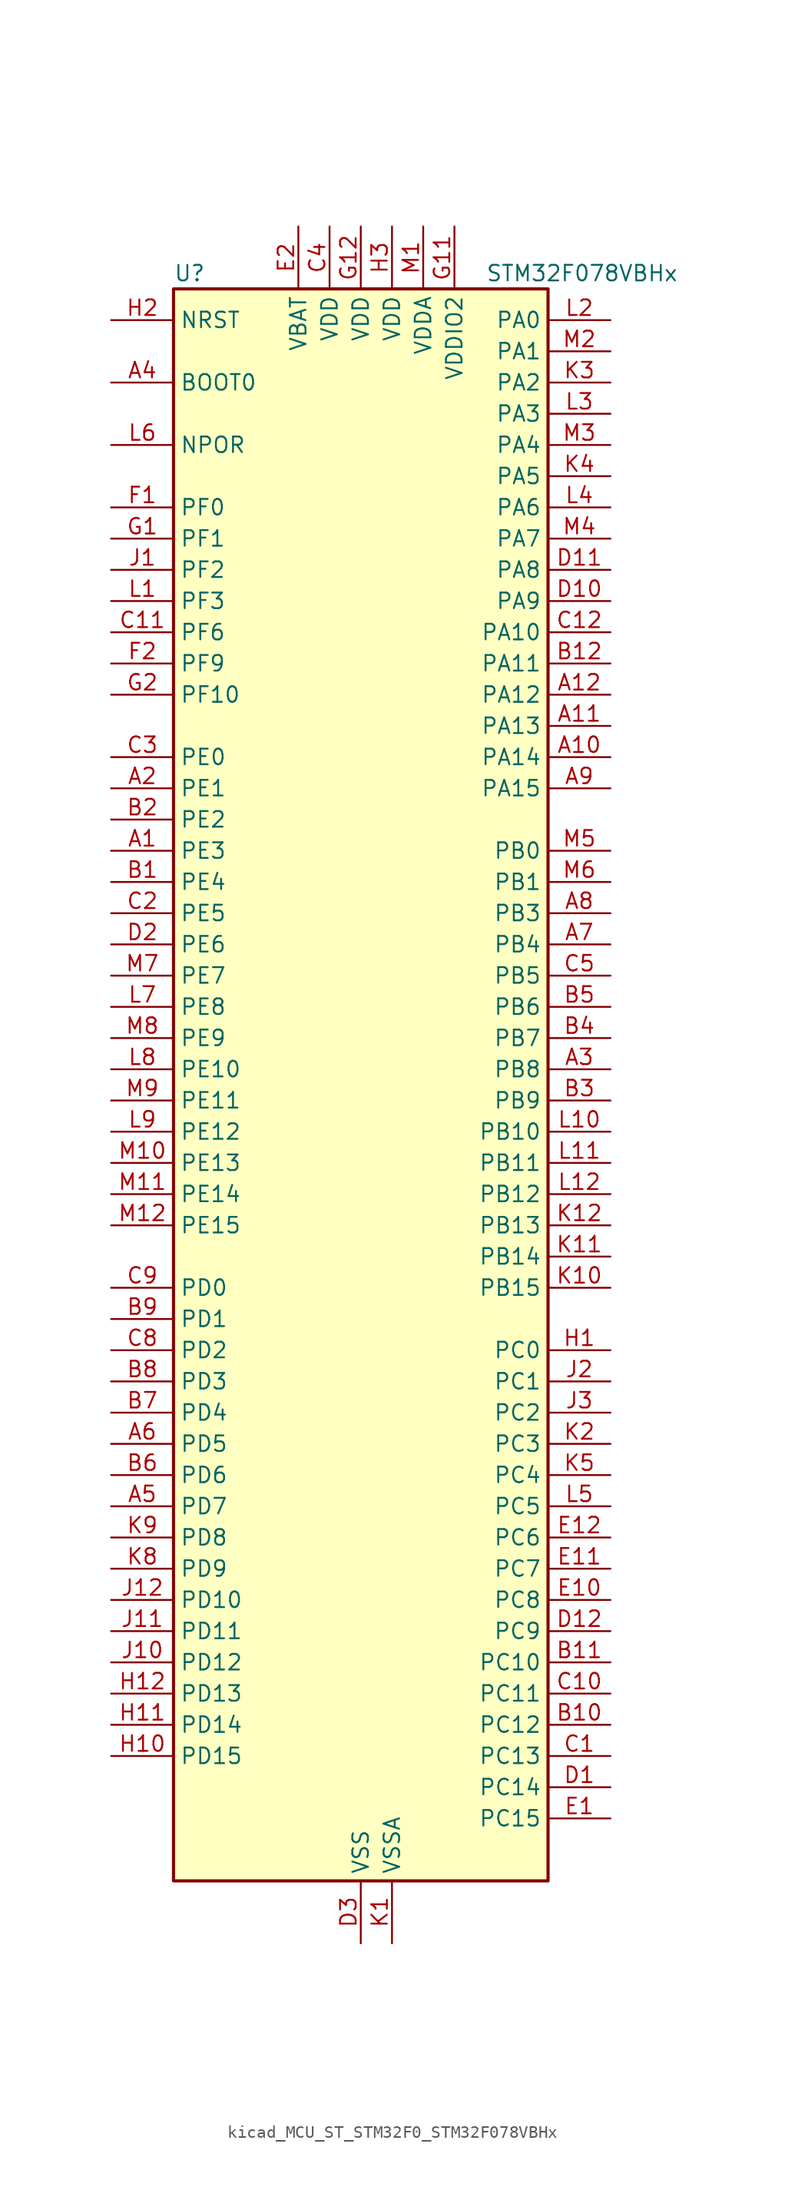
<source format=kicad_sym>
(kicad_symbol_lib
  (version 20220914)
  (generator kicad_symbol_editor)
  (symbol "kicad_MCU_ST_STM32F0_STM32F078VBHx"
    (property "Reference" "U"
      (at -15.24 67.31 0)
      (effects (font (size 1.27 1.27)) (justify left)))
    (property "Value" "STM32F078VBHx"
      (at 10.16 67.31 0)
      (effects (font (size 1.27 1.27)) (justify left)))
    (property "ki_locked" ""
      (at 0 0 0)
      (effects (font (size 1.27 1.27))))
    (symbol "kicad_MCU_ST_STM32F0_STM32F078VBHx_0_1"
      (rectangle (start -15.24 -63.5) (end 15.24 66.04) (stroke (width 0.254) (type default)) (fill (type background))))
    (symbol "kicad_MCU_ST_STM32F0_STM32F078VBHx_1_1"
      (pin bidirectional line (at -20.32 20.32 0) (length 5.08) (name "PE3" (effects (font (size 1.27 1.27)))) (number "A1" (effects (font (size 1.27 1.27)))) (alternate "TIM3_CH1" bidirectional line) (alternate "TSC_G7_IO2" bidirectional line))
      (pin bidirectional line (at 20.32 27.94 180) (length 5.08) (name "PA14" (effects (font (size 1.27 1.27)))) (number "A10" (effects (font (size 1.27 1.27)))) (alternate "SYS_SWCLK" bidirectional line) (alternate "USART2_TX" bidirectional line))
      (pin bidirectional line (at 20.32 30.48 180) (length 5.08) (name "PA13" (effects (font (size 1.27 1.27)))) (number "A11" (effects (font (size 1.27 1.27)))) (alternate "IR_OUT" bidirectional line) (alternate "SYS_SWDIO" bidirectional line) (alternate "USB_NOE" bidirectional line))
      (pin bidirectional line (at 20.32 33.02 180) (length 5.08) (name "PA12" (effects (font (size 1.27 1.27)))) (number "A12" (effects (font (size 1.27 1.27)))) (alternate "COMP2_OUT" bidirectional line) (alternate "TIM1_ETR" bidirectional line) (alternate "TSC_G4_IO4" bidirectional line) (alternate "USART1_DE" bidirectional line) (alternate "USART1_RTS" bidirectional line) (alternate "USB_DP" bidirectional line))
      (pin bidirectional line (at -20.32 25.4 0) (length 5.08) (name "PE1" (effects (font (size 1.27 1.27)))) (number "A2" (effects (font (size 1.27 1.27)))) (alternate "TIM17_CH1" bidirectional line))
      (pin bidirectional line (at 20.32 2.54 180) (length 5.08) (name "PB8" (effects (font (size 1.27 1.27)))) (number "A3" (effects (font (size 1.27 1.27)))) (alternate "CEC" bidirectional line) (alternate "I2C1_SCL" bidirectional line) (alternate "TIM16_CH1" bidirectional line) (alternate "TSC_SYNC" bidirectional line))
      (pin input line (at -20.32 58.42 0) (length 5.08) (name "BOOT0" (effects (font (size 1.27 1.27)))) (number "A4" (effects (font (size 1.27 1.27)))))
      (pin bidirectional line (at -20.32 -33.02 0) (length 5.08) (name "PD7" (effects (font (size 1.27 1.27)))) (number "A5" (effects (font (size 1.27 1.27)))) (alternate "USART2_CK" bidirectional line))
      (pin bidirectional line (at -20.32 -27.94 0) (length 5.08) (name "PD5" (effects (font (size 1.27 1.27)))) (number "A6" (effects (font (size 1.27 1.27)))) (alternate "USART2_TX" bidirectional line))
      (pin bidirectional line (at 20.32 12.7 180) (length 5.08) (name "PB4" (effects (font (size 1.27 1.27)))) (number "A7" (effects (font (size 1.27 1.27)))) (alternate "I2S1_MCK" bidirectional line) (alternate "SPI1_MISO" bidirectional line) (alternate "TIM17_BKIN" bidirectional line) (alternate "TIM3_CH1" bidirectional line) (alternate "TSC_G5_IO2" bidirectional line))
      (pin bidirectional line (at 20.32 15.24 180) (length 5.08) (name "PB3" (effects (font (size 1.27 1.27)))) (number "A8" (effects (font (size 1.27 1.27)))) (alternate "I2S1_CK" bidirectional line) (alternate "SPI1_SCK" bidirectional line) (alternate "TIM2_CH2" bidirectional line) (alternate "TSC_G5_IO1" bidirectional line))
      (pin bidirectional line (at 20.32 25.4 180) (length 5.08) (name "PA15" (effects (font (size 1.27 1.27)))) (number "A9" (effects (font (size 1.27 1.27)))) (alternate "I2S1_WS" bidirectional line) (alternate "SPI1_NSS" bidirectional line) (alternate "TIM2_CH1" bidirectional line) (alternate "TIM2_ETR" bidirectional line) (alternate "USART2_RX" bidirectional line) (alternate "USART4_DE" bidirectional line) (alternate "USART4_RTS" bidirectional line))
      (pin bidirectional line (at -20.32 17.78 0) (length 5.08) (name "PE4" (effects (font (size 1.27 1.27)))) (number "B1" (effects (font (size 1.27 1.27)))) (alternate "TIM3_CH2" bidirectional line) (alternate "TSC_G7_IO3" bidirectional line))
      (pin bidirectional line (at 20.32 -50.8 180) (length 5.08) (name "PC12" (effects (font (size 1.27 1.27)))) (number "B10" (effects (font (size 1.27 1.27)))) (alternate "USART3_CK" bidirectional line) (alternate "USART4_CK" bidirectional line))
      (pin bidirectional line (at 20.32 -45.72 180) (length 5.08) (name "PC10" (effects (font (size 1.27 1.27)))) (number "B11" (effects (font (size 1.27 1.27)))) (alternate "USART3_TX" bidirectional line) (alternate "USART4_TX" bidirectional line))
      (pin bidirectional line (at 20.32 35.56 180) (length 5.08) (name "PA11" (effects (font (size 1.27 1.27)))) (number "B12" (effects (font (size 1.27 1.27)))) (alternate "COMP1_OUT" bidirectional line) (alternate "TIM1_CH4" bidirectional line) (alternate "TSC_G4_IO3" bidirectional line) (alternate "USART1_CTS" bidirectional line) (alternate "USB_DM" bidirectional line))
      (pin bidirectional line (at -20.32 22.86 0) (length 5.08) (name "PE2" (effects (font (size 1.27 1.27)))) (number "B2" (effects (font (size 1.27 1.27)))) (alternate "TIM3_ETR" bidirectional line) (alternate "TSC_G7_IO1" bidirectional line))
      (pin bidirectional line (at 20.32 0 180) (length 5.08) (name "PB9" (effects (font (size 1.27 1.27)))) (number "B3" (effects (font (size 1.27 1.27)))) (alternate "DAC_EXTI9" bidirectional line) (alternate "I2C1_SDA" bidirectional line) (alternate "I2S2_WS" bidirectional line) (alternate "IR_OUT" bidirectional line) (alternate "SPI2_NSS" bidirectional line) (alternate "TIM17_CH1" bidirectional line))
      (pin bidirectional line (at 20.32 5.08 180) (length 5.08) (name "PB7" (effects (font (size 1.27 1.27)))) (number "B4" (effects (font (size 1.27 1.27)))) (alternate "I2C1_SDA" bidirectional line) (alternate "TIM17_CH1N" bidirectional line) (alternate "TSC_G5_IO4" bidirectional line) (alternate "USART1_RX" bidirectional line) (alternate "USART4_CTS" bidirectional line))
      (pin bidirectional line (at 20.32 7.62 180) (length 5.08) (name "PB6" (effects (font (size 1.27 1.27)))) (number "B5" (effects (font (size 1.27 1.27)))) (alternate "I2C1_SCL" bidirectional line) (alternate "TIM16_CH1N" bidirectional line) (alternate "TSC_G5_IO3" bidirectional line) (alternate "USART1_TX" bidirectional line))
      (pin bidirectional line (at -20.32 -30.48 0) (length 5.08) (name "PD6" (effects (font (size 1.27 1.27)))) (number "B6" (effects (font (size 1.27 1.27)))) (alternate "USART2_RX" bidirectional line))
      (pin bidirectional line (at -20.32 -25.4 0) (length 5.08) (name "PD4" (effects (font (size 1.27 1.27)))) (number "B7" (effects (font (size 1.27 1.27)))) (alternate "I2S2_SD" bidirectional line) (alternate "SPI2_MOSI" bidirectional line) (alternate "USART2_DE" bidirectional line) (alternate "USART2_RTS" bidirectional line))
      (pin bidirectional line (at -20.32 -22.86 0) (length 5.08) (name "PD3" (effects (font (size 1.27 1.27)))) (number "B8" (effects (font (size 1.27 1.27)))) (alternate "I2S2_MCK" bidirectional line) (alternate "SPI2_MISO" bidirectional line) (alternate "USART2_CTS" bidirectional line))
      (pin bidirectional line (at -20.32 -17.78 0) (length 5.08) (name "PD1" (effects (font (size 1.27 1.27)))) (number "B9" (effects (font (size 1.27 1.27)))) (alternate "I2S2_CK" bidirectional line) (alternate "SPI2_SCK" bidirectional line))
      (pin bidirectional line (at 20.32 -53.34 180) (length 5.08) (name "PC13" (effects (font (size 1.27 1.27)))) (number "C1" (effects (font (size 1.27 1.27)))) (alternate "RTC_OUT_ALARM" bidirectional line) (alternate "RTC_OUT_CALIB" bidirectional line) (alternate "RTC_TAMP1" bidirectional line) (alternate "RTC_TS" bidirectional line) (alternate "SYS_WKUP2" bidirectional line))
      (pin bidirectional line (at 20.32 -48.26 180) (length 5.08) (name "PC11" (effects (font (size 1.27 1.27)))) (number "C10" (effects (font (size 1.27 1.27)))) (alternate "USART3_RX" bidirectional line) (alternate "USART4_RX" bidirectional line))
      (pin bidirectional line (at -20.32 38.1 0) (length 5.08) (name "PF6" (effects (font (size 1.27 1.27)))) (number "C11" (effects (font (size 1.27 1.27)))))
      (pin bidirectional line (at 20.32 38.1 180) (length 5.08) (name "PA10" (effects (font (size 1.27 1.27)))) (number "C12" (effects (font (size 1.27 1.27)))) (alternate "TIM17_BKIN" bidirectional line) (alternate "TIM1_CH3" bidirectional line) (alternate "TSC_G4_IO2" bidirectional line) (alternate "USART1_RX" bidirectional line))
      (pin bidirectional line (at -20.32 15.24 0) (length 5.08) (name "PE5" (effects (font (size 1.27 1.27)))) (number "C2" (effects (font (size 1.27 1.27)))) (alternate "TIM3_CH3" bidirectional line) (alternate "TSC_G7_IO4" bidirectional line))
      (pin bidirectional line (at -20.32 27.94 0) (length 5.08) (name "PE0" (effects (font (size 1.27 1.27)))) (number "C3" (effects (font (size 1.27 1.27)))) (alternate "TIM16_CH1" bidirectional line))
      (pin power_in line (at -2.54 71.12 270) (length 5.08) (name "VDD" (effects (font (size 1.27 1.27)))) (number "C4" (effects (font (size 1.27 1.27)))))
      (pin bidirectional line (at 20.32 10.16 180) (length 5.08) (name "PB5" (effects (font (size 1.27 1.27)))) (number "C5" (effects (font (size 1.27 1.27)))) (alternate "I2C1_SMBA" bidirectional line) (alternate "I2S1_SD" bidirectional line) (alternate "SPI1_MOSI" bidirectional line) (alternate "SYS_WKUP6" bidirectional line) (alternate "TIM16_BKIN" bidirectional line) (alternate "TIM3_CH2" bidirectional line))
      (pin bidirectional line (at -20.32 -20.32 0) (length 5.08) (name "PD2" (effects (font (size 1.27 1.27)))) (number "C8" (effects (font (size 1.27 1.27)))) (alternate "TIM3_ETR" bidirectional line) (alternate "USART3_DE" bidirectional line) (alternate "USART3_RTS" bidirectional line))
      (pin bidirectional line (at -20.32 -15.24 0) (length 5.08) (name "PD0" (effects (font (size 1.27 1.27)))) (number "C9" (effects (font (size 1.27 1.27)))) (alternate "I2S2_WS" bidirectional line) (alternate "SPI2_NSS" bidirectional line))
      (pin bidirectional line (at 20.32 -55.88 180) (length 5.08) (name "PC14" (effects (font (size 1.27 1.27)))) (number "D1" (effects (font (size 1.27 1.27)))) (alternate "RCC_OSC32_IN" bidirectional line))
      (pin bidirectional line (at 20.32 40.64 180) (length 5.08) (name "PA9" (effects (font (size 1.27 1.27)))) (number "D10" (effects (font (size 1.27 1.27)))) (alternate "DAC_EXTI9" bidirectional line) (alternate "TIM15_BKIN" bidirectional line) (alternate "TIM1_CH2" bidirectional line) (alternate "TSC_G4_IO1" bidirectional line) (alternate "USART1_TX" bidirectional line))
      (pin bidirectional line (at 20.32 43.18 180) (length 5.08) (name "PA8" (effects (font (size 1.27 1.27)))) (number "D11" (effects (font (size 1.27 1.27)))) (alternate "CRS_SYNC" bidirectional line) (alternate "RCC_MCO" bidirectional line) (alternate "TIM1_CH1" bidirectional line) (alternate "USART1_CK" bidirectional line))
      (pin bidirectional line (at 20.32 -43.18 180) (length 5.08) (name "PC9" (effects (font (size 1.27 1.27)))) (number "D12" (effects (font (size 1.27 1.27)))) (alternate "DAC_EXTI9" bidirectional line) (alternate "TIM3_CH4" bidirectional line))
      (pin bidirectional line (at -20.32 12.7 0) (length 5.08) (name "PE6" (effects (font (size 1.27 1.27)))) (number "D2" (effects (font (size 1.27 1.27)))) (alternate "RTC_TAMP3" bidirectional line) (alternate "SYS_WKUP3" bidirectional line) (alternate "TIM3_CH4" bidirectional line))
      (pin power_in line (at 0 -68.58 90) (length 5.08) (name "VSS" (effects (font (size 1.27 1.27)))) (number "D3" (effects (font (size 1.27 1.27)))))
      (pin bidirectional line (at 20.32 -58.42 180) (length 5.08) (name "PC15" (effects (font (size 1.27 1.27)))) (number "E1" (effects (font (size 1.27 1.27)))) (alternate "RCC_OSC32_OUT" bidirectional line))
      (pin bidirectional line (at 20.32 -40.64 180) (length 5.08) (name "PC8" (effects (font (size 1.27 1.27)))) (number "E10" (effects (font (size 1.27 1.27)))) (alternate "TIM3_CH3" bidirectional line))
      (pin bidirectional line (at 20.32 -38.1 180) (length 5.08) (name "PC7" (effects (font (size 1.27 1.27)))) (number "E11" (effects (font (size 1.27 1.27)))) (alternate "TIM3_CH2" bidirectional line))
      (pin bidirectional line (at 20.32 -35.56 180) (length 5.08) (name "PC6" (effects (font (size 1.27 1.27)))) (number "E12" (effects (font (size 1.27 1.27)))) (alternate "TIM3_CH1" bidirectional line))
      (pin power_in line (at -5.08 71.12 270) (length 5.08) (name "VBAT" (effects (font (size 1.27 1.27)))) (number "E2" (effects (font (size 1.27 1.27)))))
      (pin no_connect line (at -15.24 -63.5 0) (length 5.08) hide (name "NC" (effects (font (size 1.27 1.27)))) (number "E3" (effects (font (size 1.27 1.27)))))
      (pin bidirectional line (at -20.32 48.26 0) (length 5.08) (name "PF0" (effects (font (size 1.27 1.27)))) (number "F1" (effects (font (size 1.27 1.27)))) (alternate "CRS_SYNC" bidirectional line) (alternate "RCC_OSC_IN" bidirectional line))
      (pin passive line (at 0 -68.58 90) (length 5.08) hide (name "VSS" (effects (font (size 1.27 1.27)))) (number "F11" (effects (font (size 1.27 1.27)))))
      (pin passive line (at 0 -68.58 90) (length 5.08) hide (name "VSS" (effects (font (size 1.27 1.27)))) (number "F12" (effects (font (size 1.27 1.27)))))
      (pin bidirectional line (at -20.32 35.56 0) (length 5.08) (name "PF9" (effects (font (size 1.27 1.27)))) (number "F2" (effects (font (size 1.27 1.27)))) (alternate "DAC_EXTI9" bidirectional line) (alternate "TIM15_CH1" bidirectional line))
      (pin bidirectional line (at -20.32 45.72 0) (length 5.08) (name "PF1" (effects (font (size 1.27 1.27)))) (number "G1" (effects (font (size 1.27 1.27)))) (alternate "RCC_OSC_OUT" bidirectional line))
      (pin power_in line (at 7.62 71.12 270) (length 5.08) (name "VDDIO2" (effects (font (size 1.27 1.27)))) (number "G11" (effects (font (size 1.27 1.27)))))
      (pin power_in line (at 0 71.12 270) (length 5.08) (name "VDD" (effects (font (size 1.27 1.27)))) (number "G12" (effects (font (size 1.27 1.27)))))
      (pin bidirectional line (at -20.32 33.02 0) (length 5.08) (name "PF10" (effects (font (size 1.27 1.27)))) (number "G2" (effects (font (size 1.27 1.27)))) (alternate "TIM15_CH2" bidirectional line))
      (pin bidirectional line (at 20.32 -20.32 180) (length 5.08) (name "PC0" (effects (font (size 1.27 1.27)))) (number "H1" (effects (font (size 1.27 1.27)))) (alternate "ADC_IN10" bidirectional line))
      (pin bidirectional line (at -20.32 -53.34 0) (length 5.08) (name "PD15" (effects (font (size 1.27 1.27)))) (number "H10" (effects (font (size 1.27 1.27)))) (alternate "CRS_SYNC" bidirectional line) (alternate "TSC_G8_IO4" bidirectional line))
      (pin bidirectional line (at -20.32 -50.8 0) (length 5.08) (name "PD14" (effects (font (size 1.27 1.27)))) (number "H11" (effects (font (size 1.27 1.27)))) (alternate "TSC_G8_IO3" bidirectional line))
      (pin bidirectional line (at -20.32 -48.26 0) (length 5.08) (name "PD13" (effects (font (size 1.27 1.27)))) (number "H12" (effects (font (size 1.27 1.27)))) (alternate "TSC_G8_IO2" bidirectional line))
      (pin input line (at -20.32 63.5 0) (length 5.08) (name "NRST" (effects (font (size 1.27 1.27)))) (number "H2" (effects (font (size 1.27 1.27)))))
      (pin power_in line (at 2.54 71.12 270) (length 5.08) (name "VDD" (effects (font (size 1.27 1.27)))) (number "H3" (effects (font (size 1.27 1.27)))))
      (pin bidirectional line (at -20.32 43.18 0) (length 5.08) (name "PF2" (effects (font (size 1.27 1.27)))) (number "J1" (effects (font (size 1.27 1.27)))) (alternate "SYS_WKUP8" bidirectional line))
      (pin bidirectional line (at -20.32 -45.72 0) (length 5.08) (name "PD12" (effects (font (size 1.27 1.27)))) (number "J10" (effects (font (size 1.27 1.27)))) (alternate "TSC_G8_IO1" bidirectional line) (alternate "USART3_DE" bidirectional line) (alternate "USART3_RTS" bidirectional line))
      (pin bidirectional line (at -20.32 -43.18 0) (length 5.08) (name "PD11" (effects (font (size 1.27 1.27)))) (number "J11" (effects (font (size 1.27 1.27)))) (alternate "USART3_CTS" bidirectional line))
      (pin bidirectional line (at -20.32 -40.64 0) (length 5.08) (name "PD10" (effects (font (size 1.27 1.27)))) (number "J12" (effects (font (size 1.27 1.27)))) (alternate "USART3_CK" bidirectional line))
      (pin bidirectional line (at 20.32 -22.86 180) (length 5.08) (name "PC1" (effects (font (size 1.27 1.27)))) (number "J2" (effects (font (size 1.27 1.27)))) (alternate "ADC_IN11" bidirectional line))
      (pin bidirectional line (at 20.32 -25.4 180) (length 5.08) (name "PC2" (effects (font (size 1.27 1.27)))) (number "J3" (effects (font (size 1.27 1.27)))) (alternate "ADC_IN12" bidirectional line) (alternate "I2S2_MCK" bidirectional line) (alternate "SPI2_MISO" bidirectional line))
      (pin power_in line (at 2.54 -68.58 90) (length 5.08) (name "VSSA" (effects (font (size 1.27 1.27)))) (number "K1" (effects (font (size 1.27 1.27)))))
      (pin bidirectional line (at 20.32 -15.24 180) (length 5.08) (name "PB15" (effects (font (size 1.27 1.27)))) (number "K10" (effects (font (size 1.27 1.27)))) (alternate "I2S2_SD" bidirectional line) (alternate "RTC_REFIN" bidirectional line) (alternate "SPI2_MOSI" bidirectional line) (alternate "SYS_WKUP7" bidirectional line) (alternate "TIM15_CH1N" bidirectional line) (alternate "TIM15_CH2" bidirectional line) (alternate "TIM1_CH3N" bidirectional line))
      (pin bidirectional line (at 20.32 -12.7 180) (length 5.08) (name "PB14" (effects (font (size 1.27 1.27)))) (number "K11" (effects (font (size 1.27 1.27)))) (alternate "I2C2_SDA" bidirectional line) (alternate "I2S2_MCK" bidirectional line) (alternate "SPI2_MISO" bidirectional line) (alternate "TIM15_CH1" bidirectional line) (alternate "TIM1_CH2N" bidirectional line) (alternate "TSC_G6_IO4" bidirectional line) (alternate "USART3_DE" bidirectional line) (alternate "USART3_RTS" bidirectional line))
      (pin bidirectional line (at 20.32 -10.16 180) (length 5.08) (name "PB13" (effects (font (size 1.27 1.27)))) (number "K12" (effects (font (size 1.27 1.27)))) (alternate "I2C2_SCL" bidirectional line) (alternate "I2S2_CK" bidirectional line) (alternate "SPI2_SCK" bidirectional line) (alternate "TIM1_CH1N" bidirectional line) (alternate "TSC_G6_IO3" bidirectional line) (alternate "USART3_CTS" bidirectional line))
      (pin bidirectional line (at 20.32 -27.94 180) (length 5.08) (name "PC3" (effects (font (size 1.27 1.27)))) (number "K2" (effects (font (size 1.27 1.27)))) (alternate "ADC_IN13" bidirectional line) (alternate "I2S2_SD" bidirectional line) (alternate "SPI2_MOSI" bidirectional line))
      (pin bidirectional line (at 20.32 58.42 180) (length 5.08) (name "PA2" (effects (font (size 1.27 1.27)))) (number "K3" (effects (font (size 1.27 1.27)))) (alternate "ADC_IN2" bidirectional line) (alternate "COMP2_INM" bidirectional line) (alternate "COMP2_OUT" bidirectional line) (alternate "SYS_WKUP4" bidirectional line) (alternate "TIM15_CH1" bidirectional line) (alternate "TIM2_CH3" bidirectional line) (alternate "TSC_G1_IO3" bidirectional line) (alternate "USART2_TX" bidirectional line))
      (pin bidirectional line (at 20.32 50.8 180) (length 5.08) (name "PA5" (effects (font (size 1.27 1.27)))) (number "K4" (effects (font (size 1.27 1.27)))) (alternate "ADC_IN5" bidirectional line) (alternate "CEC" bidirectional line) (alternate "COMP1_INM" bidirectional line) (alternate "COMP2_INM" bidirectional line) (alternate "DAC_OUT2" bidirectional line) (alternate "I2S1_CK" bidirectional line) (alternate "SPI1_SCK" bidirectional line) (alternate "TIM2_CH1" bidirectional line) (alternate "TIM2_ETR" bidirectional line) (alternate "TSC_G2_IO2" bidirectional line))
      (pin bidirectional line (at 20.32 -30.48 180) (length 5.08) (name "PC4" (effects (font (size 1.27 1.27)))) (number "K5" (effects (font (size 1.27 1.27)))) (alternate "ADC_IN14" bidirectional line) (alternate "USART3_TX" bidirectional line))
      (pin bidirectional line (at -20.32 -38.1 0) (length 5.08) (name "PD9" (effects (font (size 1.27 1.27)))) (number "K8" (effects (font (size 1.27 1.27)))) (alternate "DAC_EXTI9" bidirectional line) (alternate "USART3_RX" bidirectional line))
      (pin bidirectional line (at -20.32 -35.56 0) (length 5.08) (name "PD8" (effects (font (size 1.27 1.27)))) (number "K9" (effects (font (size 1.27 1.27)))) (alternate "USART3_TX" bidirectional line))
      (pin bidirectional line (at -20.32 40.64 0) (length 5.08) (name "PF3" (effects (font (size 1.27 1.27)))) (number "L1" (effects (font (size 1.27 1.27)))))
      (pin bidirectional line (at 20.32 -2.54 180) (length 5.08) (name "PB10" (effects (font (size 1.27 1.27)))) (number "L10" (effects (font (size 1.27 1.27)))) (alternate "CEC" bidirectional line) (alternate "I2C2_SCL" bidirectional line) (alternate "I2S2_CK" bidirectional line) (alternate "SPI2_SCK" bidirectional line) (alternate "TIM2_CH3" bidirectional line) (alternate "TSC_SYNC" bidirectional line) (alternate "USART3_TX" bidirectional line))
      (pin bidirectional line (at 20.32 -5.08 180) (length 5.08) (name "PB11" (effects (font (size 1.27 1.27)))) (number "L11" (effects (font (size 1.27 1.27)))) (alternate "I2C2_SDA" bidirectional line) (alternate "TIM2_CH4" bidirectional line) (alternate "TSC_G6_IO1" bidirectional line) (alternate "USART3_RX" bidirectional line))
      (pin bidirectional line (at 20.32 -7.62 180) (length 5.08) (name "PB12" (effects (font (size 1.27 1.27)))) (number "L12" (effects (font (size 1.27 1.27)))) (alternate "I2S2_WS" bidirectional line) (alternate "SPI2_NSS" bidirectional line) (alternate "TIM15_BKIN" bidirectional line) (alternate "TIM1_BKIN" bidirectional line) (alternate "TSC_G6_IO2" bidirectional line) (alternate "USART3_CK" bidirectional line))
      (pin bidirectional line (at 20.32 63.5 180) (length 5.08) (name "PA0" (effects (font (size 1.27 1.27)))) (number "L2" (effects (font (size 1.27 1.27)))) (alternate "ADC_IN0" bidirectional line) (alternate "COMP1_INM" bidirectional line) (alternate "COMP1_OUT" bidirectional line) (alternate "RTC_TAMP2" bidirectional line) (alternate "SYS_WKUP1" bidirectional line) (alternate "TIM2_CH1" bidirectional line) (alternate "TIM2_ETR" bidirectional line) (alternate "TSC_G1_IO1" bidirectional line) (alternate "USART2_CTS" bidirectional line) (alternate "USART4_TX" bidirectional line))
      (pin bidirectional line (at 20.32 55.88 180) (length 5.08) (name "PA3" (effects (font (size 1.27 1.27)))) (number "L3" (effects (font (size 1.27 1.27)))) (alternate "ADC_IN3" bidirectional line) (alternate "COMP2_INP" bidirectional line) (alternate "TIM15_CH2" bidirectional line) (alternate "TIM2_CH4" bidirectional line) (alternate "TSC_G1_IO4" bidirectional line) (alternate "USART2_RX" bidirectional line))
      (pin bidirectional line (at 20.32 48.26 180) (length 5.08) (name "PA6" (effects (font (size 1.27 1.27)))) (number "L4" (effects (font (size 1.27 1.27)))) (alternate "ADC_IN6" bidirectional line) (alternate "COMP1_OUT" bidirectional line) (alternate "I2S1_MCK" bidirectional line) (alternate "SPI1_MISO" bidirectional line) (alternate "TIM16_CH1" bidirectional line) (alternate "TIM1_BKIN" bidirectional line) (alternate "TIM3_CH1" bidirectional line) (alternate "TSC_G2_IO3" bidirectional line) (alternate "USART3_CTS" bidirectional line))
      (pin bidirectional line (at 20.32 -33.02 180) (length 5.08) (name "PC5" (effects (font (size 1.27 1.27)))) (number "L5" (effects (font (size 1.27 1.27)))) (alternate "ADC_IN15" bidirectional line) (alternate "SYS_WKUP5" bidirectional line) (alternate "TSC_G3_IO1" bidirectional line) (alternate "USART3_RX" bidirectional line))
      (pin input line (at -20.32 53.34 0) (length 5.08) (name "NPOR" (effects (font (size 1.27 1.27)))) (number "L6" (effects (font (size 1.27 1.27)))))
      (pin bidirectional line (at -20.32 7.62 0) (length 5.08) (name "PE8" (effects (font (size 1.27 1.27)))) (number "L7" (effects (font (size 1.27 1.27)))) (alternate "TIM1_CH1N" bidirectional line))
      (pin bidirectional line (at -20.32 2.54 0) (length 5.08) (name "PE10" (effects (font (size 1.27 1.27)))) (number "L8" (effects (font (size 1.27 1.27)))) (alternate "TIM1_CH2N" bidirectional line))
      (pin bidirectional line (at -20.32 -2.54 0) (length 5.08) (name "PE12" (effects (font (size 1.27 1.27)))) (number "L9" (effects (font (size 1.27 1.27)))) (alternate "I2S1_WS" bidirectional line) (alternate "SPI1_NSS" bidirectional line) (alternate "TIM1_CH3N" bidirectional line))
      (pin power_in line (at 5.08 71.12 270) (length 5.08) (name "VDDA" (effects (font (size 1.27 1.27)))) (number "M1" (effects (font (size 1.27 1.27)))))
      (pin bidirectional line (at -20.32 -5.08 0) (length 5.08) (name "PE13" (effects (font (size 1.27 1.27)))) (number "M10" (effects (font (size 1.27 1.27)))) (alternate "I2S1_CK" bidirectional line) (alternate "SPI1_SCK" bidirectional line) (alternate "TIM1_CH3" bidirectional line))
      (pin bidirectional line (at -20.32 -7.62 0) (length 5.08) (name "PE14" (effects (font (size 1.27 1.27)))) (number "M11" (effects (font (size 1.27 1.27)))) (alternate "I2S1_MCK" bidirectional line) (alternate "SPI1_MISO" bidirectional line) (alternate "TIM1_CH4" bidirectional line))
      (pin bidirectional line (at -20.32 -10.16 0) (length 5.08) (name "PE15" (effects (font (size 1.27 1.27)))) (number "M12" (effects (font (size 1.27 1.27)))) (alternate "I2S1_SD" bidirectional line) (alternate "SPI1_MOSI" bidirectional line) (alternate "TIM1_BKIN" bidirectional line))
      (pin bidirectional line (at 20.32 60.96 180) (length 5.08) (name "PA1" (effects (font (size 1.27 1.27)))) (number "M2" (effects (font (size 1.27 1.27)))) (alternate "ADC_IN1" bidirectional line) (alternate "COMP1_INP" bidirectional line) (alternate "TIM15_CH1N" bidirectional line) (alternate "TIM2_CH2" bidirectional line) (alternate "TSC_G1_IO2" bidirectional line) (alternate "USART2_DE" bidirectional line) (alternate "USART2_RTS" bidirectional line) (alternate "USART4_RX" bidirectional line))
      (pin bidirectional line (at 20.32 53.34 180) (length 5.08) (name "PA4" (effects (font (size 1.27 1.27)))) (number "M3" (effects (font (size 1.27 1.27)))) (alternate "ADC_IN4" bidirectional line) (alternate "COMP1_INM" bidirectional line) (alternate "COMP2_INM" bidirectional line) (alternate "DAC_OUT1" bidirectional line) (alternate "I2S1_WS" bidirectional line) (alternate "SPI1_NSS" bidirectional line) (alternate "TIM14_CH1" bidirectional line) (alternate "TSC_G2_IO1" bidirectional line) (alternate "USART2_CK" bidirectional line))
      (pin bidirectional line (at 20.32 45.72 180) (length 5.08) (name "PA7" (effects (font (size 1.27 1.27)))) (number "M4" (effects (font (size 1.27 1.27)))) (alternate "ADC_IN7" bidirectional line) (alternate "COMP2_OUT" bidirectional line) (alternate "I2S1_SD" bidirectional line) (alternate "SPI1_MOSI" bidirectional line) (alternate "TIM14_CH1" bidirectional line) (alternate "TIM17_CH1" bidirectional line) (alternate "TIM1_CH1N" bidirectional line) (alternate "TIM3_CH2" bidirectional line) (alternate "TSC_G2_IO4" bidirectional line))
      (pin bidirectional line (at 20.32 20.32 180) (length 5.08) (name "PB0" (effects (font (size 1.27 1.27)))) (number "M5" (effects (font (size 1.27 1.27)))) (alternate "ADC_IN8" bidirectional line) (alternate "TIM1_CH2N" bidirectional line) (alternate "TIM3_CH3" bidirectional line) (alternate "TSC_G3_IO2" bidirectional line) (alternate "USART3_CK" bidirectional line))
      (pin bidirectional line (at 20.32 17.78 180) (length 5.08) (name "PB1" (effects (font (size 1.27 1.27)))) (number "M6" (effects (font (size 1.27 1.27)))) (alternate "ADC_IN9" bidirectional line) (alternate "TIM14_CH1" bidirectional line) (alternate "TIM1_CH3N" bidirectional line) (alternate "TIM3_CH4" bidirectional line) (alternate "TSC_G3_IO3" bidirectional line) (alternate "USART3_DE" bidirectional line) (alternate "USART3_RTS" bidirectional line))
      (pin bidirectional line (at -20.32 10.16 0) (length 5.08) (name "PE7" (effects (font (size 1.27 1.27)))) (number "M7" (effects (font (size 1.27 1.27)))) (alternate "TIM1_ETR" bidirectional line))
      (pin bidirectional line (at -20.32 5.08 0) (length 5.08) (name "PE9" (effects (font (size 1.27 1.27)))) (number "M8" (effects (font (size 1.27 1.27)))) (alternate "DAC_EXTI9" bidirectional line) (alternate "TIM1_CH1" bidirectional line))
      (pin bidirectional line (at -20.32 0 0) (length 5.08) (name "PE11" (effects (font (size 1.27 1.27)))) (number "M9" (effects (font (size 1.27 1.27)))) (alternate "TIM1_CH2" bidirectional line)))))
</source>
